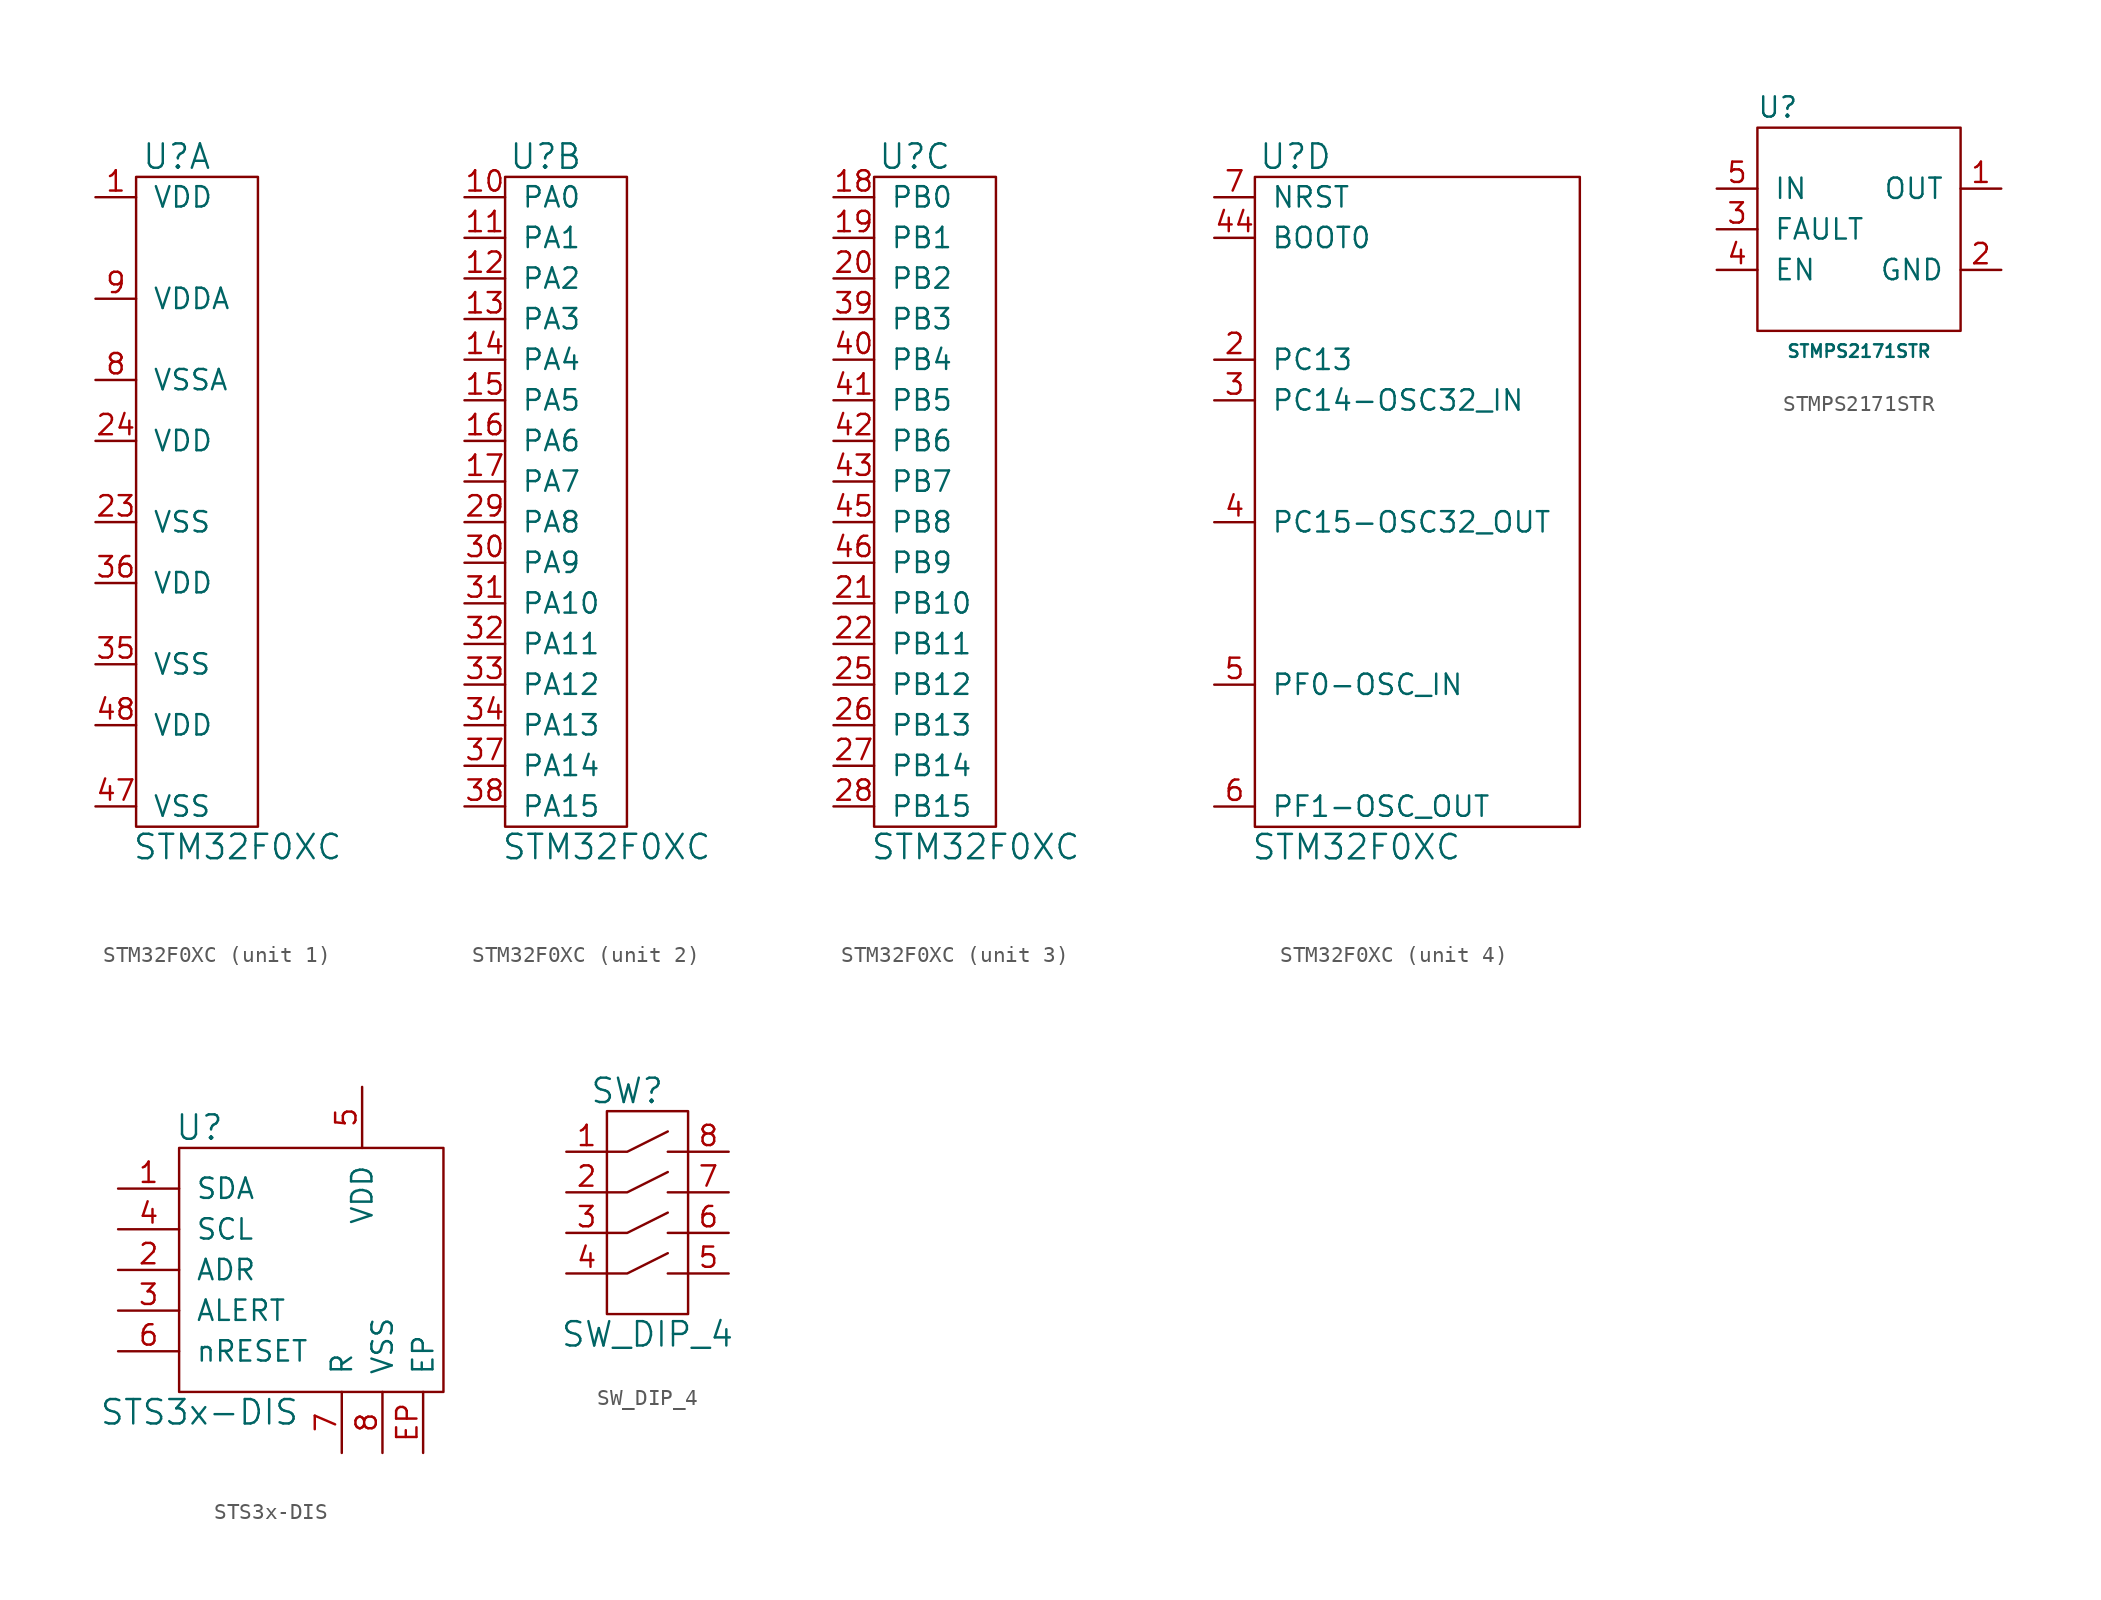
<source format=kicad_sym>
(kicad_symbol_lib
  (version 20210619)
  (generator kicad_symbol_editor)
  (symbol "tinkerforge:STM32F0XC"
    (pin_names
      (offset 1.016))
    (property "Reference" "U"
      (at -1.27 21.59 0)
      (effects (font (size 1.524 1.524))))
    (property "Value" "STM32F0XC"
      (at 2.54 -21.59 0)
      (effects (font (size 1.524 1.524))))
    (symbol "STM32F0XC_1_1"
      (rectangle (start -3.81 20.32) (end 3.81 -20.32) (stroke (width 0)) (fill (type none)))
      (pin passive line (at -6.35 19.05 0) (length 2.54) (name "VDD" (effects (font (size 1.27 1.27)))) (number "1" (effects (font (size 1.27 1.27)))))
      (pin passive line (at -6.35 -1.27 0) (length 2.54) (name "VSS" (effects (font (size 1.27 1.27)))) (number "23" (effects (font (size 1.27 1.27)))))
      (pin passive line (at -6.35 3.81 0) (length 2.54) (name "VDD" (effects (font (size 1.27 1.27)))) (number "24" (effects (font (size 1.27 1.27)))))
      (pin passive line (at -6.35 -10.16 0) (length 2.54) (name "VSS" (effects (font (size 1.27 1.27)))) (number "35" (effects (font (size 1.27 1.27)))))
      (pin passive line (at -6.35 -5.08 0) (length 2.54) (name "VDD" (effects (font (size 1.27 1.27)))) (number "36" (effects (font (size 1.27 1.27)))))
      (pin passive line (at -6.35 -19.05 0) (length 2.54) (name "VSS" (effects (font (size 1.27 1.27)))) (number "47" (effects (font (size 1.27 1.27)))))
      (pin passive line (at -6.35 -13.97 0) (length 2.54) (name "VDD" (effects (font (size 1.27 1.27)))) (number "48" (effects (font (size 1.27 1.27)))))
      (pin passive line (at -6.35 7.62 0) (length 2.54) (name "VSSA" (effects (font (size 1.27 1.27)))) (number "8" (effects (font (size 1.27 1.27)))))
      (pin passive line (at -6.35 12.7 0) (length 2.54) (name "VDDA" (effects (font (size 1.27 1.27)))) (number "9" (effects (font (size 1.27 1.27))))))
    (symbol "STM32F0XC_2_1"
      (rectangle (start -3.81 20.32) (end 3.81 -20.32) (stroke (width 0)) (fill (type none)))
      (pin passive line (at -6.35 19.05 0) (length 2.54) (name "PA0" (effects (font (size 1.27 1.27)))) (number "10" (effects (font (size 1.27 1.27)))))
      (pin passive line (at -6.35 16.51 0) (length 2.54) (name "PA1" (effects (font (size 1.27 1.27)))) (number "11" (effects (font (size 1.27 1.27)))))
      (pin passive line (at -6.35 13.97 0) (length 2.54) (name "PA2" (effects (font (size 1.27 1.27)))) (number "12" (effects (font (size 1.27 1.27)))))
      (pin passive line (at -6.35 11.43 0) (length 2.54) (name "PA3" (effects (font (size 1.27 1.27)))) (number "13" (effects (font (size 1.27 1.27)))))
      (pin passive line (at -6.35 8.89 0) (length 2.54) (name "PA4" (effects (font (size 1.27 1.27)))) (number "14" (effects (font (size 1.27 1.27)))))
      (pin passive line (at -6.35 6.35 0) (length 2.54) (name "PA5" (effects (font (size 1.27 1.27)))) (number "15" (effects (font (size 1.27 1.27)))))
      (pin passive line (at -6.35 3.81 0) (length 2.54) (name "PA6" (effects (font (size 1.27 1.27)))) (number "16" (effects (font (size 1.27 1.27)))))
      (pin passive line (at -6.35 1.27 0) (length 2.54) (name "PA7" (effects (font (size 1.27 1.27)))) (number "17" (effects (font (size 1.27 1.27)))))
      (pin passive line (at -6.35 -1.27 0) (length 2.54) (name "PA8" (effects (font (size 1.27 1.27)))) (number "29" (effects (font (size 1.27 1.27)))))
      (pin passive line (at -6.35 -3.81 0) (length 2.54) (name "PA9" (effects (font (size 1.27 1.27)))) (number "30" (effects (font (size 1.27 1.27)))))
      (pin passive line (at -6.35 -6.35 0) (length 2.54) (name "PA10" (effects (font (size 1.27 1.27)))) (number "31" (effects (font (size 1.27 1.27)))))
      (pin passive line (at -6.35 -8.89 0) (length 2.54) (name "PA11" (effects (font (size 1.27 1.27)))) (number "32" (effects (font (size 1.27 1.27)))))
      (pin passive line (at -6.35 -11.43 0) (length 2.54) (name "PA12" (effects (font (size 1.27 1.27)))) (number "33" (effects (font (size 1.27 1.27)))))
      (pin passive line (at -6.35 -13.97 0) (length 2.54) (name "PA13" (effects (font (size 1.27 1.27)))) (number "34" (effects (font (size 1.27 1.27)))))
      (pin passive line (at -6.35 -16.51 0) (length 2.54) (name "PA14" (effects (font (size 1.27 1.27)))) (number "37" (effects (font (size 1.27 1.27)))))
      (pin passive line (at -6.35 -19.05 0) (length 2.54) (name "PA15" (effects (font (size 1.27 1.27)))) (number "38" (effects (font (size 1.27 1.27))))))
    (symbol "STM32F0XC_3_1"
      (rectangle (start -3.81 20.32) (end 3.81 -20.32) (stroke (width 0)) (fill (type none)))
      (pin passive line (at -6.35 19.05 0) (length 2.54) (name "PB0" (effects (font (size 1.27 1.27)))) (number "18" (effects (font (size 1.27 1.27)))))
      (pin passive line (at -6.35 16.51 0) (length 2.54) (name "PB1" (effects (font (size 1.27 1.27)))) (number "19" (effects (font (size 1.27 1.27)))))
      (pin passive line (at -6.35 13.97 0) (length 2.54) (name "PB2" (effects (font (size 1.27 1.27)))) (number "20" (effects (font (size 1.27 1.27)))))
      (pin passive line (at -6.35 -6.35 0) (length 2.54) (name "PB10" (effects (font (size 1.27 1.27)))) (number "21" (effects (font (size 1.27 1.27)))))
      (pin passive line (at -6.35 -8.89 0) (length 2.54) (name "PB11" (effects (font (size 1.27 1.27)))) (number "22" (effects (font (size 1.27 1.27)))))
      (pin passive line (at -6.35 -11.43 0) (length 2.54) (name "PB12" (effects (font (size 1.27 1.27)))) (number "25" (effects (font (size 1.27 1.27)))))
      (pin passive line (at -6.35 -13.97 0) (length 2.54) (name "PB13" (effects (font (size 1.27 1.27)))) (number "26" (effects (font (size 1.27 1.27)))))
      (pin passive line (at -6.35 -16.51 0) (length 2.54) (name "PB14" (effects (font (size 1.27 1.27)))) (number "27" (effects (font (size 1.27 1.27)))))
      (pin passive line (at -6.35 -19.05 0) (length 2.54) (name "PB15" (effects (font (size 1.27 1.27)))) (number "28" (effects (font (size 1.27 1.27)))))
      (pin passive line (at -6.35 11.43 0) (length 2.54) (name "PB3" (effects (font (size 1.27 1.27)))) (number "39" (effects (font (size 1.27 1.27)))))
      (pin passive line (at -6.35 8.89 0) (length 2.54) (name "PB4" (effects (font (size 1.27 1.27)))) (number "40" (effects (font (size 1.27 1.27)))))
      (pin passive line (at -6.35 6.35 0) (length 2.54) (name "PB5" (effects (font (size 1.27 1.27)))) (number "41" (effects (font (size 1.27 1.27)))))
      (pin passive line (at -6.35 3.81 0) (length 2.54) (name "PB6" (effects (font (size 1.27 1.27)))) (number "42" (effects (font (size 1.27 1.27)))))
      (pin passive line (at -6.35 1.27 0) (length 2.54) (name "PB7" (effects (font (size 1.27 1.27)))) (number "43" (effects (font (size 1.27 1.27)))))
      (pin passive line (at -6.35 -1.27 0) (length 2.54) (name "PB8" (effects (font (size 1.27 1.27)))) (number "45" (effects (font (size 1.27 1.27)))))
      (pin passive line (at -6.35 -3.81 0) (length 2.54) (name "PB9" (effects (font (size 1.27 1.27)))) (number "46" (effects (font (size 1.27 1.27))))))
    (symbol "STM32F0XC_4_1"
      (rectangle (start -3.81 20.32) (end 16.51 -20.32) (stroke (width 0)) (fill (type none)))
      (pin passive line (at -6.35 8.89 0) (length 2.54) (name "PC13" (effects (font (size 1.27 1.27)))) (number "2" (effects (font (size 1.27 1.27)))))
      (pin passive line (at -6.35 6.35 0) (length 2.54) (name "PC14-OSC32_IN" (effects (font (size 1.27 1.27)))) (number "3" (effects (font (size 1.27 1.27)))))
      (pin passive line (at -6.35 -1.27 0) (length 2.54) (name "PC15-OSC32_OUT" (effects (font (size 1.27 1.27)))) (number "4" (effects (font (size 1.27 1.27)))))
      (pin passive line (at -6.35 16.51 0) (length 2.54) (name "BOOT0" (effects (font (size 1.27 1.27)))) (number "44" (effects (font (size 1.27 1.27)))))
      (pin passive line (at -6.35 -11.43 0) (length 2.54) (name "PF0-OSC_IN" (effects (font (size 1.27 1.27)))) (number "5" (effects (font (size 1.27 1.27)))))
      (pin passive line (at -6.35 -19.05 0) (length 2.54) (name "PF1-OSC_OUT" (effects (font (size 1.27 1.27)))) (number "6" (effects (font (size 1.27 1.27)))))
      (pin passive line (at -6.35 19.05 0) (length 2.54) (name "NRST" (effects (font (size 1.27 1.27)))) (number "7" (effects (font (size 1.27 1.27)))))))
  (symbol "tinkerforge:STMPS2171STR"
    (pin_names
      (offset 1.016))
    (property "Reference" "U"
      (at -5.08 7.62 0)
      (effects (font (size 1.27 1.27))))
    (property "Value" "STMPS2171STR"
      (at 0 -7.62 0)
      (effects (font (size 0.787 0.787))))
    (symbol "STMPS2171STR_0_1"
      (rectangle (start -6.35 6.35) (end 6.35 -6.35) (stroke (width 0)) (fill (type none))))
    (symbol "STMPS2171STR_1_1"
      (pin input line (at 8.89 2.54 180) (length 2.54) (name "OUT" (effects (font (size 1.27 1.27)))) (number "1" (effects (font (size 1.27 1.27)))))
      (pin input line (at 8.89 -2.54 180) (length 2.54) (name "GND" (effects (font (size 1.27 1.27)))) (number "2" (effects (font (size 1.27 1.27)))))
      (pin input line (at -8.89 0 0) (length 2.54) (name "FAULT" (effects (font (size 1.27 1.27)))) (number "3" (effects (font (size 1.27 1.27)))))
      (pin input line (at -8.89 -2.54 0) (length 2.54) (name "EN" (effects (font (size 1.27 1.27)))) (number "4" (effects (font (size 1.27 1.27)))))
      (pin input line (at -8.89 2.54 0) (length 2.54) (name "IN" (effects (font (size 1.27 1.27)))) (number "5" (effects (font (size 1.27 1.27)))))))
  (symbol "tinkerforge:STS3x-DIS"
    (pin_names
      (offset 1.016))
    (property "Reference" "U"
      (at -10.16 8.89 0)
      (effects (font (size 1.524 1.524))))
    (property "Value" "STS3x-DIS"
      (at -10.16 -8.89 0)
      (effects (font (size 1.524 1.524))))
    (symbol "STS3x-DIS_0_1"
      (rectangle (start -11.43 7.62) (end 5.08 -7.62) (stroke (width 0)) (fill (type none))))
    (symbol "STS3x-DIS_1_1"
      (pin passive line (at -15.24 5.08 0) (length 3.81) (name "SDA" (effects (font (size 1.27 1.27)))) (number "1" (effects (font (size 1.27 1.27)))))
      (pin passive line (at -15.24 0 0) (length 3.81) (name "ADR" (effects (font (size 1.27 1.27)))) (number "2" (effects (font (size 1.27 1.27)))))
      (pin passive line (at -15.24 -2.54 0) (length 3.81) (name "ALERT" (effects (font (size 1.27 1.27)))) (number "3" (effects (font (size 1.27 1.27)))))
      (pin passive line (at -15.24 2.54 0) (length 3.81) (name "SCL" (effects (font (size 1.27 1.27)))) (number "4" (effects (font (size 1.27 1.27)))))
      (pin passive line (at 0 11.43 270) (length 3.81) (name "VDD" (effects (font (size 1.27 1.27)))) (number "5" (effects (font (size 1.27 1.27)))))
      (pin passive line (at -15.24 -5.08 0) (length 3.81) (name "nRESET" (effects (font (size 1.27 1.27)))) (number "6" (effects (font (size 1.27 1.27)))))
      (pin passive line (at -1.27 -11.43 90) (length 3.81) (name "R" (effects (font (size 1.27 1.27)))) (number "7" (effects (font (size 1.27 1.27)))))
      (pin passive line (at 1.27 -11.43 90) (length 3.81) (name "VSS" (effects (font (size 1.27 1.27)))) (number "8" (effects (font (size 1.27 1.27)))))
      (pin passive line (at 3.81 -11.43 90) (length 3.81) (name "EP" (effects (font (size 1.27 1.27)))) (number "EP" (effects (font (size 1.27 1.27)))))))
  (symbol "tinkerforge:SW_DIP_4"
    (pin_names
      (offset 1.016))
    (property "Reference" "SW"
      (at -1.27 7.62 0)
      (effects (font (size 1.524 1.524))))
    (property "Value" "SW_DIP_4"
      (at 0 -7.62 0)
      (effects (font (size 1.524 1.524))))
    (property "Footprint" ""
      (at 3.81 7.62 0)
      (effects (font (size 1.524 1.524))))
    (property "Datasheet" ""
      (at 3.81 7.62 0)
      (effects (font (size 1.524 1.524))))
    (symbol "SW_DIP_4_0_1"
      (rectangle (start -2.54 6.35) (end 2.54 -6.35) (stroke (width 0)) (fill (type none)))
      (polyline (pts (xy 2.54 -3.81) (xy 1.27 -3.81)) (stroke (width 0)) (fill (type none)))
      (polyline (pts (xy 2.54 -1.27) (xy 1.27 -1.27)) (stroke (width 0)) (fill (type none)))
      (polyline (pts (xy 2.54 1.27) (xy 1.27 1.27)) (stroke (width 0)) (fill (type none)))
      (polyline (pts (xy 2.54 3.81) (xy 1.27 3.81)) (stroke (width 0)) (fill (type none)))
      (polyline (pts (xy -2.54 -3.81) (xy -1.27 -3.81) (xy 1.27 -2.54)) (stroke (width 0)) (fill (type none)))
      (polyline (pts (xy -2.54 -1.27) (xy -1.27 -1.27) (xy 1.27 0)) (stroke (width 0)) (fill (type none)))
      (polyline (pts (xy -2.54 1.27) (xy -1.27 1.27) (xy 1.27 2.54)) (stroke (width 0)) (fill (type none)))
      (polyline (pts (xy -2.54 3.81) (xy -1.27 3.81) (xy 1.27 5.08)) (stroke (width 0)) (fill (type none))))
    (symbol "SW_DIP_4_1_1"
      (pin passive line (at -5.08 3.81 0) (length 2.54) (name "~" (effects (font (size 1.27 1.27)))) (number "1" (effects (font (size 1.27 1.27)))))
      (pin passive line (at -5.08 1.27 0) (length 2.54) (name "~" (effects (font (size 1.27 1.27)))) (number "2" (effects (font (size 1.27 1.27)))))
      (pin passive line (at -5.08 -1.27 0) (length 2.54) (name "~" (effects (font (size 1.27 1.27)))) (number "3" (effects (font (size 1.27 1.27)))))
      (pin passive line (at -5.08 -3.81 0) (length 2.54) (name "~" (effects (font (size 1.27 1.27)))) (number "4" (effects (font (size 1.27 1.27)))))
      (pin passive line (at 5.08 -3.81 180) (length 2.54) (name "~" (effects (font (size 1.27 1.27)))) (number "5" (effects (font (size 1.27 1.27)))))
      (pin passive line (at 5.08 -1.27 180) (length 2.54) (name "~" (effects (font (size 1.27 1.27)))) (number "6" (effects (font (size 1.27 1.27)))))
      (pin passive line (at 5.08 1.27 180) (length 2.54) (name "~" (effects (font (size 1.27 1.27)))) (number "7" (effects (font (size 1.27 1.27)))))
      (pin passive line (at 5.08 3.81 180) (length 2.54) (name "~" (effects (font (size 1.27 1.27)))) (number "8" (effects (font (size 1.27 1.27))))))))
</source>
